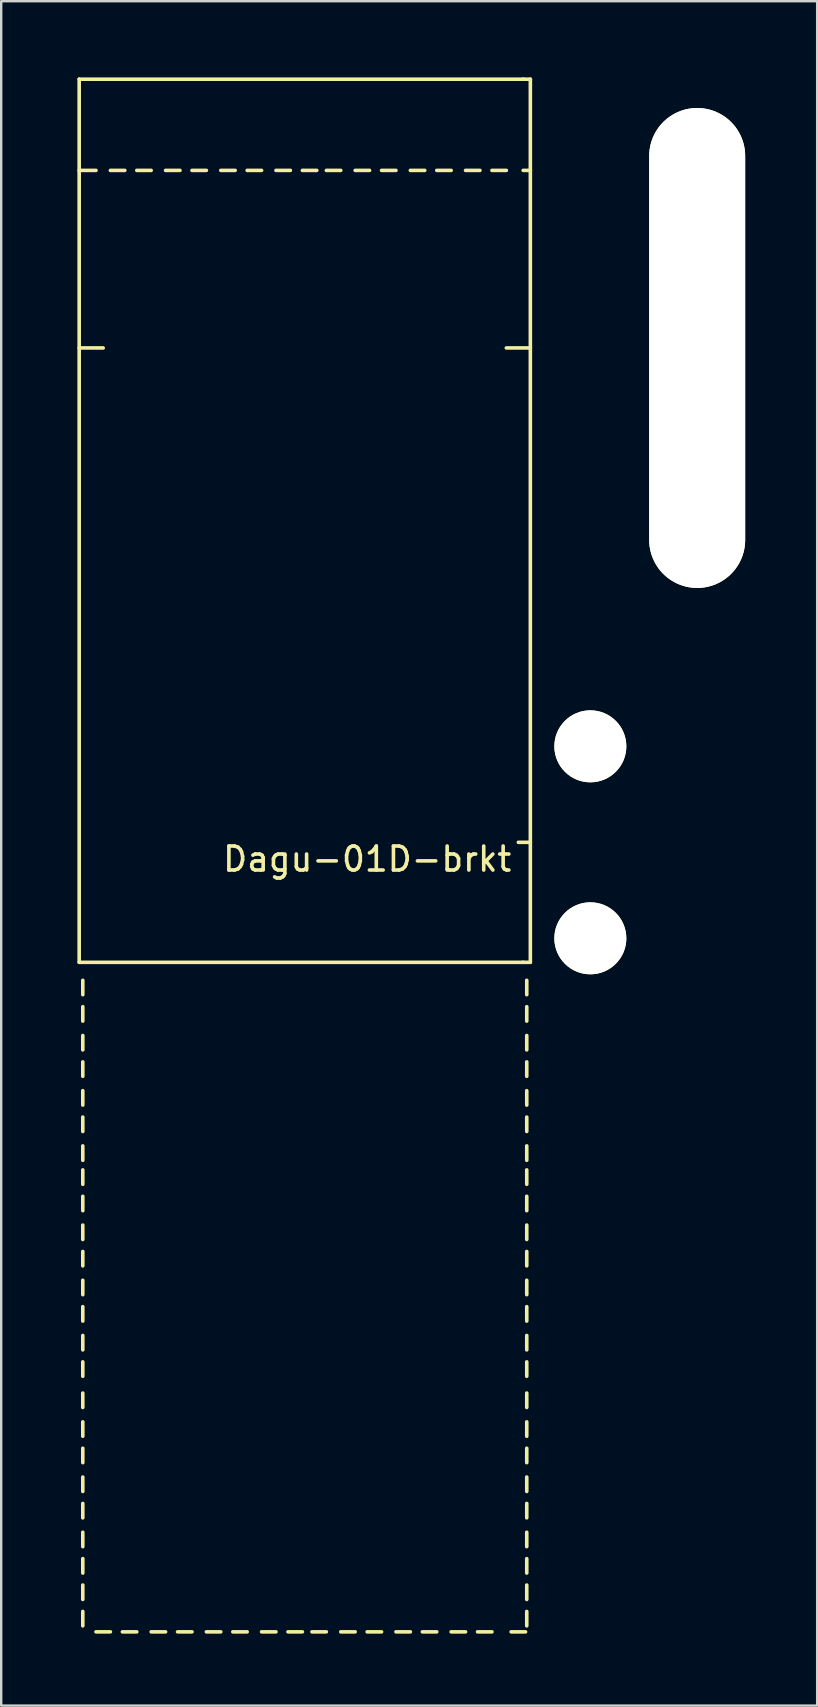
<source format=kicad_pcb>
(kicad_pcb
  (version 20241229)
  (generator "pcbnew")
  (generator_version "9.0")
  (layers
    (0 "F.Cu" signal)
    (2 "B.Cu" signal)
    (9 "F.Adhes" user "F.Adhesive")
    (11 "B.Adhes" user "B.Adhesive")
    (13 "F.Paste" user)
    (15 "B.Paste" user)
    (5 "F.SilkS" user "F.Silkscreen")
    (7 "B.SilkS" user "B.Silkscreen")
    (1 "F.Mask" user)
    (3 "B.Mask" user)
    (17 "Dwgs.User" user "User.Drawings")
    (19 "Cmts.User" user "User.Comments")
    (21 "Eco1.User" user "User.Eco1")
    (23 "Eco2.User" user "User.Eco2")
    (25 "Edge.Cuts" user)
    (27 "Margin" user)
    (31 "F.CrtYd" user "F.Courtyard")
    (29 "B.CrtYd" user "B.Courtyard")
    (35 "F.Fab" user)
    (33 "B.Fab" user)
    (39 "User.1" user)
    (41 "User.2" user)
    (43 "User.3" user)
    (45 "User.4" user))
  (footprint "Dagu-01D-brkt"
    (layer "F.Cu")
    (at 0.25 0.25)
    (property "Reference" "Dagu-01D-brkt" (at 12 32.5 0) (layer "F.SilkS") (effects (font (size 1 1) (thickness 0.15))))
    (attr through_hole)
    (fp_line (start 0 0) (end 0 36.8) (stroke (width 0.15) (type solid)) (layer "F.SilkS"))
    (fp_line (start 0 3.8) (end 0.7 3.8) (stroke (width 0.15) (type solid)) (layer "F.SilkS"))
    (fp_line (start 0 11.2) (end 1 11.2) (stroke (width 0.15) (type solid)) (layer "F.SilkS"))
    (fp_line (start 0 36.8) (end 18.5 36.8) (stroke (width 0.15) (type solid)) (layer "F.SilkS"))
    (fp_line (start 0.15 38.15) (end 0.15 37.55) (stroke (width 0.15) (type solid)) (layer "F.SilkS"))
    (fp_line (start 0.15 39.25) (end 0.15 38.65) (stroke (width 0.15) (type solid)) (layer "F.SilkS"))
    (fp_line (start 0.15 40.45) (end 0.15 39.85) (stroke (width 0.15) (type solid)) (layer "F.SilkS"))
    (fp_line (start 0.15 41.55) (end 0.15 40.95) (stroke (width 0.15) (type solid)) (layer "F.SilkS"))
    (fp_line (start 0.15 42.75) (end 0.15 42.15) (stroke (width 0.15) (type solid)) (layer "F.SilkS"))
    (fp_line (start 0.15 43.85) (end 0.15 43.25) (stroke (width 0.15) (type solid)) (layer "F.SilkS"))
    (fp_line (start 0.15 45.05) (end 0.15 44.45) (stroke (width 0.15) (type solid)) (layer "F.SilkS"))
    (fp_line (start 0.15 46.05) (end 0.15 45.45) (stroke (width 0.15) (type solid)) (layer "F.SilkS"))
    (fp_line (start 0.15 47.15) (end 0.15 46.55) (stroke (width 0.15) (type solid)) (layer "F.SilkS"))
    (fp_line (start 0.15 48.35) (end 0.15 47.75) (stroke (width 0.15) (type solid)) (layer "F.SilkS"))
    (fp_line (start 0.15 49.45) (end 0.15 48.85) (stroke (width 0.15) (type solid)) (layer "F.SilkS"))
    (fp_line (start 0.15 50.65) (end 0.15 50.05) (stroke (width 0.15) (type solid)) (layer "F.SilkS"))
    (fp_line (start 0.15 51.75) (end 0.15 51.15) (stroke (width 0.15) (type solid)) (layer "F.SilkS"))
    (fp_line (start 0.15 52.95) (end 0.15 52.35) (stroke (width 0.15) (type solid)) (layer "F.SilkS"))
    (fp_line (start 0.15 54.05) (end 0.15 53.45) (stroke (width 0.15) (type solid)) (layer "F.SilkS"))
    (fp_line (start 0.15 55.35) (end 0.15 54.75) (stroke (width 0.15) (type solid)) (layer "F.SilkS"))
    (fp_line (start 0.15 56.55) (end 0.15 55.95) (stroke (width 0.15) (type solid)) (layer "F.SilkS"))
    (fp_line (start 0.15 57.65) (end 0.15 57.05) (stroke (width 0.15) (type solid)) (layer "F.SilkS"))
    (fp_line (start 0.15 58.85) (end 0.15 58.25) (stroke (width 0.15) (type solid)) (layer "F.SilkS"))
    (fp_line (start 0.15 59.95) (end 0.15 59.35) (stroke (width 0.15) (type solid)) (layer "F.SilkS"))
    (fp_line (start 0.15 61.15) (end 0.15 60.55) (stroke (width 0.15) (type solid)) (layer "F.SilkS"))
    (fp_line (start 0.15 62.25) (end 0.15 61.65) (stroke (width 0.15) (type solid)) (layer "F.SilkS"))
    (fp_line (start 0.15 63.35) (end 0.15 62.75) (stroke (width 0.15) (type solid)) (layer "F.SilkS"))
    (fp_line (start 0.15 64.45) (end 0.15 63.85) (stroke (width 0.15) (type solid)) (layer "F.SilkS"))
    (fp_line (start 0.7 64.7) (end 1.3 64.7) (stroke (width 0.15) (type solid)) (layer "F.SilkS"))
    (fp_line (start 1.3 3.8) (end 1.9 3.8) (stroke (width 0.15) (type solid)) (layer "F.SilkS"))
    (fp_line (start 1.8 64.7) (end 2.4 64.7) (stroke (width 0.15) (type solid)) (layer "F.SilkS"))
    (fp_line (start 2.4 3.8) (end 3 3.8) (stroke (width 0.15) (type solid)) (layer "F.SilkS"))
    (fp_line (start 3 64.7) (end 3.6 64.7) (stroke (width 0.15) (type solid)) (layer "F.SilkS"))
    (fp_line (start 3.6 3.8) (end 4.2 3.8) (stroke (width 0.15) (type solid)) (layer "F.SilkS"))
    (fp_line (start 4.1 64.7) (end 4.7 64.7) (stroke (width 0.15) (type solid)) (layer "F.SilkS"))
    (fp_line (start 4.7 3.8) (end 5.3 3.8) (stroke (width 0.15) (type solid)) (layer "F.SilkS"))
    (fp_line (start 5.3 64.7) (end 5.9 64.7) (stroke (width 0.15) (type solid)) (layer "F.SilkS"))
    (fp_line (start 5.9 3.8) (end 6.5 3.8) (stroke (width 0.15) (type solid)) (layer "F.SilkS"))
    (fp_line (start 6.4 64.7) (end 7 64.7) (stroke (width 0.15) (type solid)) (layer "F.SilkS"))
    (fp_line (start 7 3.8) (end 7.6 3.8) (stroke (width 0.15) (type solid)) (layer "F.SilkS"))
    (fp_line (start 7.6 64.7) (end 8.2 64.7) (stroke (width 0.15) (type solid)) (layer "F.SilkS"))
    (fp_line (start 8.2 3.8) (end 8.8 3.8) (stroke (width 0.15) (type solid)) (layer "F.SilkS"))
    (fp_line (start 8.7 64.7) (end 9.3 64.7) (stroke (width 0.15) (type solid)) (layer "F.SilkS"))
    (fp_line (start 9.3 3.8) (end 9.9 3.8) (stroke (width 0.15) (type solid)) (layer "F.SilkS"))
    (fp_line (start 9.7 64.7) (end 10.3 64.7) (stroke (width 0.15) (type solid)) (layer "F.SilkS"))
    (fp_line (start 10.3 3.8) (end 10.9 3.8) (stroke (width 0.15) (type solid)) (layer "F.SilkS"))
    (fp_line (start 10.9 64.7) (end 11.5 64.7) (stroke (width 0.15) (type solid)) (layer "F.SilkS"))
    (fp_line (start 11.5 3.8) (end 12.1 3.8) (stroke (width 0.15) (type solid)) (layer "F.SilkS"))
    (fp_line (start 12 64.7) (end 12.6 64.7) (stroke (width 0.15) (type solid)) (layer "F.SilkS"))
    (fp_line (start 12.6 3.8) (end 13.2 3.8) (stroke (width 0.15) (type solid)) (layer "F.SilkS"))
    (fp_line (start 13.2 64.7) (end 13.8 64.7) (stroke (width 0.15) (type solid)) (layer "F.SilkS"))
    (fp_line (start 13.8 3.8) (end 14.4 3.8) (stroke (width 0.15) (type solid)) (layer "F.SilkS"))
    (fp_line (start 14.3 64.7) (end 14.9 64.7) (stroke (width 0.15) (type solid)) (layer "F.SilkS"))
    (fp_line (start 14.9 3.8) (end 15.5 3.8) (stroke (width 0.15) (type solid)) (layer "F.SilkS"))
    (fp_line (start 15.5 64.7) (end 16.1 64.7) (stroke (width 0.15) (type solid)) (layer "F.SilkS"))
    (fp_line (start 16.1 3.8) (end 16.7 3.8) (stroke (width 0.15) (type solid)) (layer "F.SilkS"))
    (fp_line (start 16.6 64.7) (end 17.2 64.7) (stroke (width 0.15) (type solid)) (layer "F.SilkS"))
    (fp_line (start 17.2 3.8) (end 17.8 3.8) (stroke (width 0.15) (type solid)) (layer "F.SilkS"))
    (fp_line (start 18 64.7) (end 18.6 64.7) (stroke (width 0.15) (type solid)) (layer "F.SilkS"))
    (fp_line (start 18.5 0) (end 0 0) (stroke (width 0.15) (type solid)) (layer "F.SilkS"))
    (fp_line (start 18.5 0) (end 18.8 0) (stroke (width 0.15) (type solid)) (layer "F.SilkS"))
    (fp_line (start 18.5 3.8) (end 18.8 3.8) (stroke (width 0.15) (type solid)) (layer "F.SilkS"))
    (fp_line (start 18.5 36.8) (end 18.8 36.8) (stroke (width 0.15) (type solid)) (layer "F.SilkS"))
    (fp_line (start 18.65 38.15) (end 18.65 37.55) (stroke (width 0.15) (type solid)) (layer "F.SilkS"))
    (fp_line (start 18.65 39.25) (end 18.65 38.65) (stroke (width 0.15) (type solid)) (layer "F.SilkS"))
    (fp_line (start 18.65 40.45) (end 18.65 39.85) (stroke (width 0.15) (type solid)) (layer "F.SilkS"))
    (fp_line (start 18.65 41.55) (end 18.65 40.95) (stroke (width 0.15) (type solid)) (layer "F.SilkS"))
    (fp_line (start 18.65 42.75) (end 18.65 42.15) (stroke (width 0.15) (type solid)) (layer "F.SilkS"))
    (fp_line (start 18.65 43.85) (end 18.65 43.25) (stroke (width 0.15) (type solid)) (layer "F.SilkS"))
    (fp_line (start 18.65 45.05) (end 18.65 44.45) (stroke (width 0.15) (type solid)) (layer "F.SilkS"))
    (fp_line (start 18.65 46.05) (end 18.65 45.45) (stroke (width 0.15) (type solid)) (layer "F.SilkS"))
    (fp_line (start 18.65 47.15) (end 18.65 46.55) (stroke (width 0.15) (type solid)) (layer "F.SilkS"))
    (fp_line (start 18.65 48.35) (end 18.65 47.75) (stroke (width 0.15) (type solid)) (layer "F.SilkS"))
    (fp_line (start 18.65 49.45) (end 18.65 48.85) (stroke (width 0.15) (type solid)) (layer "F.SilkS"))
    (fp_line (start 18.65 50.65) (end 18.65 50.05) (stroke (width 0.15) (type solid)) (layer "F.SilkS"))
    (fp_line (start 18.65 51.75) (end 18.65 51.15) (stroke (width 0.15) (type solid)) (layer "F.SilkS"))
    (fp_line (start 18.65 52.95) (end 18.65 52.35) (stroke (width 0.15) (type solid)) (layer "F.SilkS"))
    (fp_line (start 18.65 54.05) (end 18.65 53.45) (stroke (width 0.15) (type solid)) (layer "F.SilkS"))
    (fp_line (start 18.65 55.35) (end 18.65 54.75) (stroke (width 0.15) (type solid)) (layer "F.SilkS"))
    (fp_line (start 18.65 56.55) (end 18.65 55.95) (stroke (width 0.15) (type solid)) (layer "F.SilkS"))
    (fp_line (start 18.65 57.65) (end 18.65 57.05) (stroke (width 0.15) (type solid)) (layer "F.SilkS"))
    (fp_line (start 18.65 58.85) (end 18.65 58.25) (stroke (width 0.15) (type solid)) (layer "F.SilkS"))
    (fp_line (start 18.65 59.95) (end 18.65 59.35) (stroke (width 0.15) (type solid)) (layer "F.SilkS"))
    (fp_line (start 18.65 61.15) (end 18.65 60.55) (stroke (width 0.15) (type solid)) (layer "F.SilkS"))
    (fp_line (start 18.65 62.25) (end 18.65 61.65) (stroke (width 0.15) (type solid)) (layer "F.SilkS"))
    (fp_line (start 18.65 63.35) (end 18.65 62.75) (stroke (width 0.15) (type solid)) (layer "F.SilkS"))
    (fp_line (start 18.65 64.45) (end 18.65 63.85) (stroke (width 0.15) (type solid)) (layer "F.SilkS"))
    (fp_line (start 18.8 11.2) (end 17.8 11.2) (stroke (width 0.15) (type solid)) (layer "F.SilkS"))
    (fp_line (start 18.8 31.8) (end 18.3 31.8) (stroke (width 0.15) (type solid)) (layer "F.SilkS"))
    (fp_line (start 18.8 36.8) (end 18.8 0) (stroke (width 0.15) (type solid)) (layer "F.SilkS"))
    (pad "" np_thru_hole circle (at 21.3 27.8) (size 3 3) (drill 3) (layers "*.Cu" "*.Mask" "F.SilkS"))
    (pad "" np_thru_hole circle (at 21.3 35.8) (size 3 3) (drill 3) (layers "*.Cu" "*.Mask" "F.SilkS"))
    (pad "" np_thru_hole oval (at 25.752 11.2) (size 4 20) (drill oval 4 20) (layers "*.Cu" "*.Mask" "F.SilkS")))
  (gr_rect
    (start -3 -3)
    (end 31.002 68.025)
    (stroke (width 0.1) (type default))
    (fill no)
    (layer "Edge.Cuts")))
</source>
